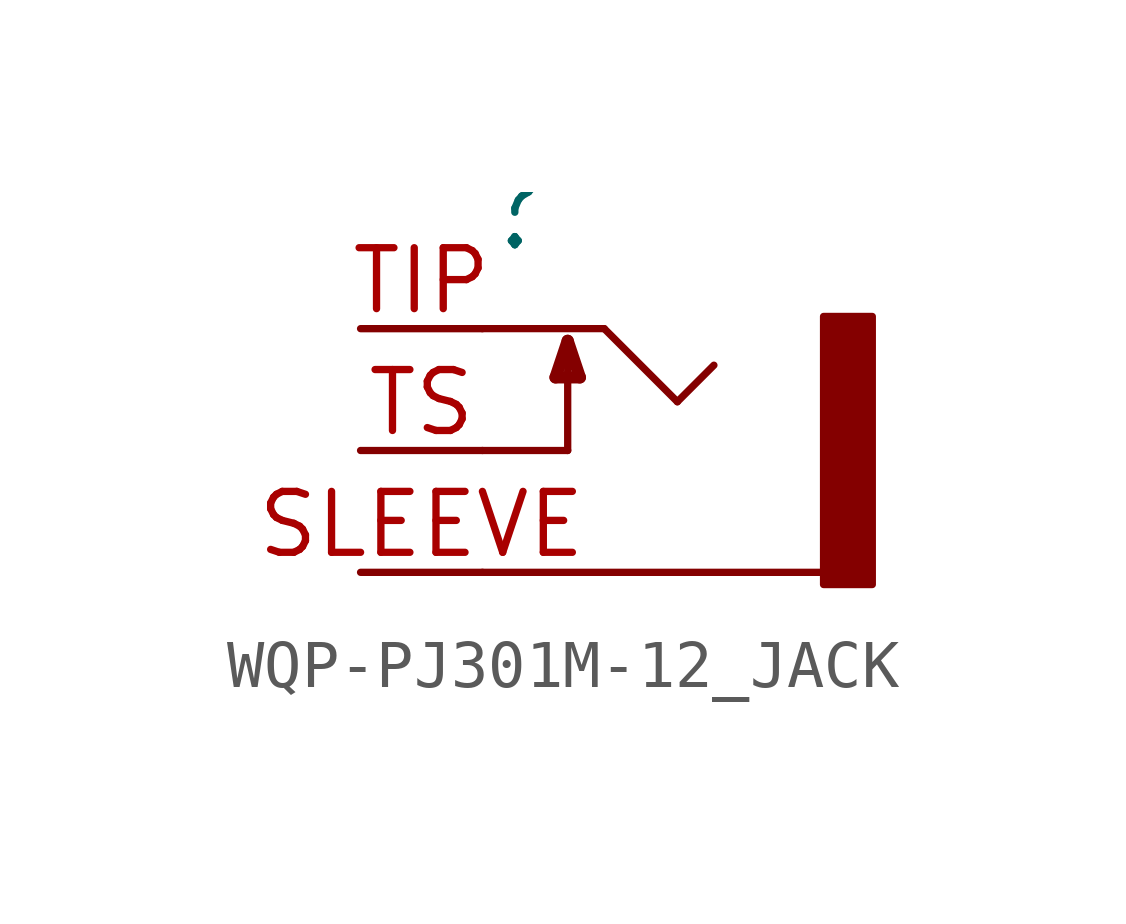
<source format=kicad_sym>
(kicad_symbol_lib
  (version 20211014)
  (generator kicad_symbol_editor)
  (symbol "WQP-PJ301M-12_JACK"
    (property "Reference" ""
      (at -2.54 4.064 0)
      (effects (font (size 1.778 1.511)) (justify left bottom)))
    (property "ki_locked" ""
      (at 0 0 0)
      (effects (font (size 1.27 1.27))))
    (symbol "WQP-PJ301M-12_JACK_1_0"
      (polyline (pts (xy -2.54 -2.54) (xy 4.572 -2.54)) (stroke (width 0.152) (type default) (color 0 0 0 0)) (fill (type none)))
      (polyline (pts (xy -2.54 0) (xy -0.762 0)) (stroke (width 0.152) (type default) (color 0 0 0 0)) (fill (type none)))
      (polyline (pts (xy -2.54 2.54) (xy 0 2.54)) (stroke (width 0.152) (type default) (color 0 0 0 0)) (fill (type none)))
      (polyline (pts (xy -1.016 1.524) (xy -0.508 1.524)) (stroke (width 0.254) (type default) (color 0 0 0 0)) (fill (type none)))
      (polyline (pts (xy -0.762 0) (xy -0.762 2.286)) (stroke (width 0.152) (type default) (color 0 0 0 0)) (fill (type none)))
      (polyline (pts (xy -0.762 2.286) (xy -1.016 1.524)) (stroke (width 0.254) (type default) (color 0 0 0 0)) (fill (type none)))
      (polyline (pts (xy -0.508 1.524) (xy -0.762 2.286)) (stroke (width 0.254) (type default) (color 0 0 0 0)) (fill (type none)))
      (polyline (pts (xy 0 2.54) (xy 1.524 1.016)) (stroke (width 0.152) (type default) (color 0 0 0 0)) (fill (type none)))
      (polyline (pts (xy 1.524 1.016) (xy 2.286 1.778)) (stroke (width 0.152) (type default) (color 0 0 0 0)) (fill (type none)))
      (rectangle (start 4.572 2.794) (end 5.588 -2.794) (stroke (width 0) (type default) (color 0 0 0 0)) (fill (type outline)))
      (pin passive line (at -5.08 -2.54 0) (length 2.54) (name "SLEEVE" (effects (font (size 0 0)))) (number "SLEEVE" (effects (font (size 1.27 1.27)))))
      (pin passive line (at -5.08 2.54 0) (length 2.54) (name "TIP" (effects (font (size 0 0)))) (number "TIP" (effects (font (size 1.27 1.27)))))
      (pin passive line (at -5.08 0 0) (length 2.54) (name "TS" (effects (font (size 0 0)))) (number "TS" (effects (font (size 1.27 1.27))))))))
</source>
